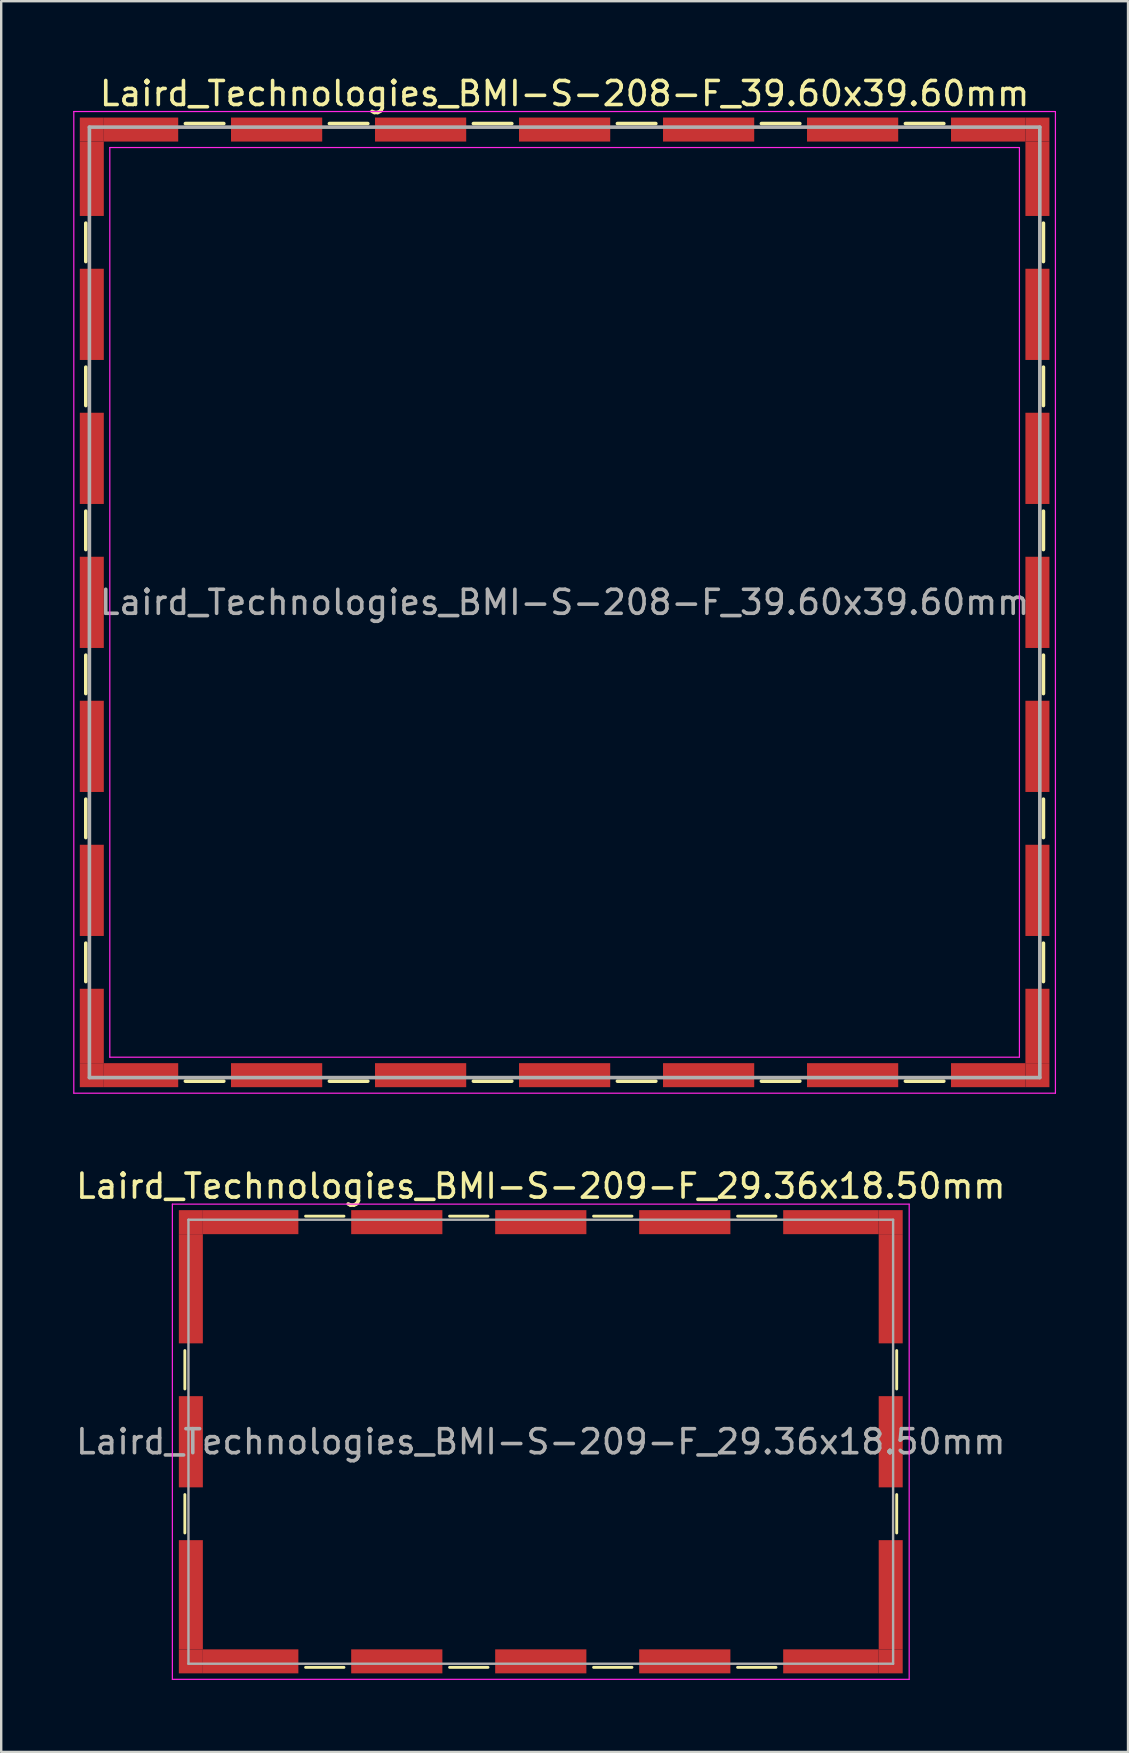
<source format=kicad_pcb>
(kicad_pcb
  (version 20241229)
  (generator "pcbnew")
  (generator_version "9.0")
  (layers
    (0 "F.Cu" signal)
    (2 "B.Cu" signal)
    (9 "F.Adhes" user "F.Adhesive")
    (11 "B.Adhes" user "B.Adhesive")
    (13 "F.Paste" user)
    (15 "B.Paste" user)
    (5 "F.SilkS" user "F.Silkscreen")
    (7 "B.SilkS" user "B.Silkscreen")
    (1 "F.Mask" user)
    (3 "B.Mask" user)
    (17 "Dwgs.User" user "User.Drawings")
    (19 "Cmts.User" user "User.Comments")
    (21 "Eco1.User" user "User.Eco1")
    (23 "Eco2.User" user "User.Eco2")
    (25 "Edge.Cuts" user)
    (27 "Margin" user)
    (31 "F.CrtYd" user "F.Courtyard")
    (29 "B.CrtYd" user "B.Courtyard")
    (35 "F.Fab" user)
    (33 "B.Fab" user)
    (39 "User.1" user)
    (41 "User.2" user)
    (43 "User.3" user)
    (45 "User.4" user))
  (footprint "Laird_Technologies_BMI-S-208-F_39.60x39.60mm"
    (layer "F.Cu")
    (at 20.475 22.048)
    (property "Reference" "Laird_Technologies_BMI-S-208-F_39.60x39.60mm" (at 0 -21.2 0) (layer "F.SilkS") (effects (font (size 1 1) (thickness 0.15))))
    (attr smd)
    (fp_line (start -19.95 -15.8) (end -19.95 -14.2) (stroke (width 0.15) (type solid)) (layer "F.SilkS"))
    (fp_line (start -19.95 -9.8) (end -19.95 -8.2) (stroke (width 0.15) (type solid)) (layer "F.SilkS"))
    (fp_line (start -19.95 -3.8) (end -19.95 -2.2) (stroke (width 0.15) (type solid)) (layer "F.SilkS"))
    (fp_line (start -19.95 2.2) (end -19.95 3.8) (stroke (width 0.15) (type solid)) (layer "F.SilkS"))
    (fp_line (start -19.95 8.2) (end -19.95 9.8) (stroke (width 0.15) (type solid)) (layer "F.SilkS"))
    (fp_line (start -19.95 14.2) (end -19.95 15.8) (stroke (width 0.15) (type solid)) (layer "F.SilkS"))
    (fp_line (start -15.8 -19.95) (end -14.2 -19.95) (stroke (width 0.15) (type solid)) (layer "F.SilkS"))
    (fp_line (start -15.8 19.95) (end -14.2 19.95) (stroke (width 0.15) (type solid)) (layer "F.SilkS"))
    (fp_line (start -9.8 -19.95) (end -8.2 -19.95) (stroke (width 0.15) (type solid)) (layer "F.SilkS"))
    (fp_line (start -9.8 19.95) (end -8.2 19.95) (stroke (width 0.15) (type solid)) (layer "F.SilkS"))
    (fp_line (start -3.8 -19.95) (end -2.2 -19.95) (stroke (width 0.15) (type solid)) (layer "F.SilkS"))
    (fp_line (start -3.8 19.95) (end -2.2 19.95) (stroke (width 0.15) (type solid)) (layer "F.SilkS"))
    (fp_line (start 2.2 -19.95) (end 3.8 -19.95) (stroke (width 0.15) (type solid)) (layer "F.SilkS"))
    (fp_line (start 2.2 19.95) (end 3.8 19.95) (stroke (width 0.15) (type solid)) (layer "F.SilkS"))
    (fp_line (start 8.2 -19.95) (end 9.8 -19.95) (stroke (width 0.15) (type solid)) (layer "F.SilkS"))
    (fp_line (start 8.2 19.95) (end 9.8 19.95) (stroke (width 0.15) (type solid)) (layer "F.SilkS"))
    (fp_line (start 14.2 -19.95) (end 15.8 -19.95) (stroke (width 0.15) (type solid)) (layer "F.SilkS"))
    (fp_line (start 14.2 19.95) (end 15.8 19.95) (stroke (width 0.15) (type solid)) (layer "F.SilkS"))
    (fp_line (start 19.95 -15.8) (end 19.95 -14.2) (stroke (width 0.15) (type solid)) (layer "F.SilkS"))
    (fp_line (start 19.95 -9.8) (end 19.95 -8.2) (stroke (width 0.15) (type solid)) (layer "F.SilkS"))
    (fp_line (start 19.95 -3.8) (end 19.95 -2.2) (stroke (width 0.15) (type solid)) (layer "F.SilkS"))
    (fp_line (start 19.95 2.2) (end 19.95 3.8) (stroke (width 0.15) (type solid)) (layer "F.SilkS"))
    (fp_line (start 19.95 8.2) (end 19.95 9.8) (stroke (width 0.15) (type solid)) (layer "F.SilkS"))
    (fp_line (start 19.95 14.2) (end 19.95 15.8) (stroke (width 0.15) (type solid)) (layer "F.SilkS"))
    (fp_line (start -20.45 -20.45) (end -20.45 20.45) (stroke (width 0.05) (type solid)) (layer "F.CrtYd"))
    (fp_line (start -20.45 20.45) (end 20.45 20.45) (stroke (width 0.05) (type solid)) (layer "F.CrtYd"))
    (fp_line (start -18.95 -18.95) (end -18.95 18.95) (stroke (width 0.05) (type solid)) (layer "F.CrtYd"))
    (fp_line (start 18.95 -18.95) (end -18.95 -18.95) (stroke (width 0.05) (type solid)) (layer "F.CrtYd"))
    (fp_line (start 18.95 -18.95) (end 18.95 18.95) (stroke (width 0.05) (type solid)) (layer "F.CrtYd"))
    (fp_line (start 18.95 18.95) (end -18.95 18.95) (stroke (width 0.05) (type solid)) (layer "F.CrtYd"))
    (fp_line (start 20.45 -20.45) (end -20.45 -20.45) (stroke (width 0.05) (type solid)) (layer "F.CrtYd"))
    (fp_line (start 20.45 20.45) (end 20.45 -20.45) (stroke (width 0.05) (type solid)) (layer "F.CrtYd"))
    (fp_line (start -19.8 -19.8) (end -19.8 19.8) (stroke (width 0.15) (type solid)) (layer "F.Fab"))
    (fp_line (start -19.8 19.8) (end 19.8 19.8) (stroke (width 0.15) (type solid)) (layer "F.Fab"))
    (fp_line (start 19.8 -19.8) (end -19.8 -19.8) (stroke (width 0.15) (type solid)) (layer "F.Fab"))
    (fp_line (start 19.8 19.8) (end 19.8 -19.8) (stroke (width 0.15) (type solid)) (layer "F.Fab"))
    (fp_text user "${REFERENCE}" (at 0 0 0) (layer "F.Fab") (effects (font (size 1 1) (thickness 0.15))))
    (pad "1" smd rect (at -19.7 -19.7) (size 1 1) (layers "F.Cu" "F.Mask"))
    (pad "1" smd rect (at -19.7 -17.65) (size 1 3.1) (layers "F.Cu" "F.Mask"))
    (pad "1" smd rect (at -19.7 -12) (size 1 3.8) (layers "F.Cu" "F.Mask"))
    (pad "1" smd rect (at -19.7 -6) (size 1 3.8) (layers "F.Cu" "F.Mask"))
    (pad "1" smd rect (at -19.7 0) (size 1 3.8) (layers "F.Cu" "F.Mask"))
    (pad "1" smd rect (at -19.7 6) (size 1 3.8) (layers "F.Cu" "F.Mask"))
    (pad "1" smd rect (at -19.7 12) (size 1 3.8) (layers "F.Cu" "F.Mask"))
    (pad "1" smd rect (at -19.7 17.65) (size 1 3.1) (layers "F.Cu" "F.Mask"))
    (pad "1" smd rect (at -19.7 19.7) (size 1 1) (layers "F.Cu" "F.Mask"))
    (pad "1" smd rect (at -17.65 -19.7) (size 3.1 1) (layers "F.Cu" "F.Mask"))
    (pad "1" smd rect (at -17.65 19.7) (size 3.1 1) (layers "F.Cu" "F.Mask"))
    (pad "1" smd rect (at -12 -19.7) (size 3.8 1) (layers "F.Cu" "F.Mask"))
    (pad "1" smd rect (at -12 19.7) (size 3.8 1) (layers "F.Cu" "F.Mask"))
    (pad "1" smd rect (at -6 -19.7) (size 3.8 1) (layers "F.Cu" "F.Mask"))
    (pad "1" smd rect (at -6 19.7) (size 3.8 1) (layers "F.Cu" "F.Mask"))
    (pad "1" smd rect (at 0 -19.7) (size 3.8 1) (layers "F.Cu" "F.Mask"))
    (pad "1" smd rect (at 0 19.7) (size 3.8 1) (layers "F.Cu" "F.Mask"))
    (pad "1" smd rect (at 6 -19.7) (size 3.8 1) (layers "F.Cu" "F.Mask"))
    (pad "1" smd rect (at 6 19.7) (size 3.8 1) (layers "F.Cu" "F.Mask"))
    (pad "1" smd rect (at 12 -19.7) (size 3.8 1) (layers "F.Cu" "F.Mask"))
    (pad "1" smd rect (at 12 19.7) (size 3.8 1) (layers "F.Cu" "F.Mask"))
    (pad "1" smd rect (at 17.65 -19.7) (size 3.1 1) (layers "F.Cu" "F.Mask"))
    (pad "1" smd rect (at 17.65 19.7) (size 3.1 1) (layers "F.Cu" "F.Mask"))
    (pad "1" smd rect (at 19.7 -19.7) (size 1 1) (layers "F.Cu" "F.Mask"))
    (pad "1" smd rect (at 19.7 -17.65) (size 1 3.1) (layers "F.Cu" "F.Mask"))
    (pad "1" smd rect (at 19.7 -12) (size 1 3.8) (layers "F.Cu" "F.Mask"))
    (pad "1" smd rect (at 19.7 -6) (size 1 3.8) (layers "F.Cu" "F.Mask"))
    (pad "1" smd rect (at 19.7 0) (size 1 3.8) (layers "F.Cu" "F.Mask"))
    (pad "1" smd rect (at 19.7 6) (size 1 3.8) (layers "F.Cu" "F.Mask"))
    (pad "1" smd rect (at 19.7 12) (size 1 3.8) (layers "F.Cu" "F.Mask"))
    (pad "1" smd rect (at 19.7 17.65) (size 1 3.1) (layers "F.Cu" "F.Mask"))
    (pad "1" smd rect (at 19.7 19.7) (size 1 1) (layers "F.Cu" "F.Mask")))
  (footprint "Laird_Technologies_BMI-S-209-F_29.36x18.50mm"
    (layer "F.Cu")
    (at 19.482 57.022)
    (property "Reference" "Laird_Technologies_BMI-S-209-F_29.36x18.50mm" (at 0 -10.65 0) (layer "F.SilkS") (effects (font (size 1 1) (thickness 0.15))))
    (attr smd)
    (fp_line (start -14.83 -3.8) (end -14.83 -2.2) (stroke (width 0.12) (type solid)) (layer "F.SilkS"))
    (fp_line (start -14.83 2.2) (end -14.83 3.8) (stroke (width 0.12) (type solid)) (layer "F.SilkS"))
    (fp_line (start -9.8 -9.4) (end -8.2 -9.4) (stroke (width 0.12) (type solid)) (layer "F.SilkS"))
    (fp_line (start -9.8 9.4) (end -8.2 9.4) (stroke (width 0.12) (type solid)) (layer "F.SilkS"))
    (fp_line (start -3.8 -9.4) (end -2.2 -9.4) (stroke (width 0.12) (type solid)) (layer "F.SilkS"))
    (fp_line (start -3.8 9.4) (end -2.2 9.4) (stroke (width 0.12) (type solid)) (layer "F.SilkS"))
    (fp_line (start 2.2 -9.4) (end 3.8 -9.4) (stroke (width 0.12) (type solid)) (layer "F.SilkS"))
    (fp_line (start 2.2 9.4) (end 3.8 9.4) (stroke (width 0.12) (type solid)) (layer "F.SilkS"))
    (fp_line (start 8.2 -9.4) (end 9.8 -9.4) (stroke (width 0.12) (type solid)) (layer "F.SilkS"))
    (fp_line (start 8.2 9.4) (end 9.8 9.4) (stroke (width 0.12) (type solid)) (layer "F.SilkS"))
    (fp_line (start 14.83 -3.8) (end 14.83 -2.2) (stroke (width 0.12) (type solid)) (layer "F.SilkS"))
    (fp_line (start 14.83 2.2) (end 14.83 3.8) (stroke (width 0.12) (type solid)) (layer "F.SilkS"))
    (fp_line (start -15.35 -9.9) (end -15.35 9.9) (stroke (width 0.05) (type solid)) (layer "F.CrtYd"))
    (fp_line (start -15.35 9.9) (end 15.35 9.9) (stroke (width 0.05) (type solid)) (layer "F.CrtYd"))
    (fp_line (start 15.35 -9.9) (end -15.35 -9.9) (stroke (width 0.05) (type solid)) (layer "F.CrtYd"))
    (fp_line (start 15.35 9.9) (end 15.35 -9.9) (stroke (width 0.05) (type solid)) (layer "F.CrtYd"))
    (fp_line (start -14.68 -9.25) (end -14.68 9.25) (stroke (width 0.1) (type solid)) (layer "F.Fab"))
    (fp_line (start -14.68 9.25) (end 14.68 9.25) (stroke (width 0.1) (type solid)) (layer "F.Fab"))
    (fp_line (start 14.68 -9.25) (end -14.68 -9.25) (stroke (width 0.1) (type solid)) (layer "F.Fab"))
    (fp_line (start 14.68 9.25) (end 14.68 -9.25) (stroke (width 0.1) (type solid)) (layer "F.Fab"))
    (fp_text user "${REFERENCE}" (at 0 0 0) (layer "F.Fab") (effects (font (size 1 1) (thickness 0.15))))
    (pad "1" smd rect (at -14.58 -9.15) (size 1 1) (layers "F.Cu" "F.Mask"))
    (pad "1" smd rect (at -14.58 -6.375) (size 1 4.55) (layers "F.Cu" "F.Mask"))
    (pad "1" smd rect (at -14.58 0) (size 1 3.8) (layers "F.Cu" "F.Mask"))
    (pad "1" smd rect (at -14.58 6.375) (size 1 4.55) (layers "F.Cu" "F.Mask"))
    (pad "1" smd rect (at -14.58 9.15) (size 1 1) (layers "F.Cu" "F.Mask"))
    (pad "1" smd rect (at -12.09 -9.15) (size 3.98 1) (layers "F.Cu" "F.Mask"))
    (pad "1" smd rect (at -12.09 9.15) (size 3.98 1) (layers "F.Cu" "F.Mask"))
    (pad "1" smd rect (at -6 -9.15) (size 3.8 1) (layers "F.Cu" "F.Mask"))
    (pad "1" smd rect (at -6 9.15) (size 3.8 1) (layers "F.Cu" "F.Mask"))
    (pad "1" smd rect (at 0 -9.15) (size 3.8 1) (layers "F.Cu" "F.Mask"))
    (pad "1" smd rect (at 0 9.15) (size 3.8 1) (layers "F.Cu" "F.Mask"))
    (pad "1" smd rect (at 6 -9.15) (size 3.8 1) (layers "F.Cu" "F.Mask"))
    (pad "1" smd rect (at 6 9.15) (size 3.8 1) (layers "F.Cu" "F.Mask"))
    (pad "1" smd rect (at 12.09 -9.15) (size 3.98 1) (layers "F.Cu" "F.Mask"))
    (pad "1" smd rect (at 12.09 9.15) (size 3.98 1) (layers "F.Cu" "F.Mask"))
    (pad "1" smd rect (at 14.58 -9.15) (size 1 1) (layers "F.Cu" "F.Mask"))
    (pad "1" smd rect (at 14.58 -6.375) (size 1 4.55) (layers "F.Cu" "F.Mask"))
    (pad "1" smd rect (at 14.58 0) (size 1 3.8) (layers "F.Cu" "F.Mask"))
    (pad "1" smd rect (at 14.58 6.375) (size 1 4.55) (layers "F.Cu" "F.Mask"))
    (pad "1" smd rect (at 14.58 9.15) (size 1 1) (layers "F.Cu" "F.Mask")))
  (gr_rect
    (start -3 -3)
    (end 43.95 69.947)
    (stroke (width 0.1) (type default))
    (fill no)
    (layer "Edge.Cuts")))
</source>
